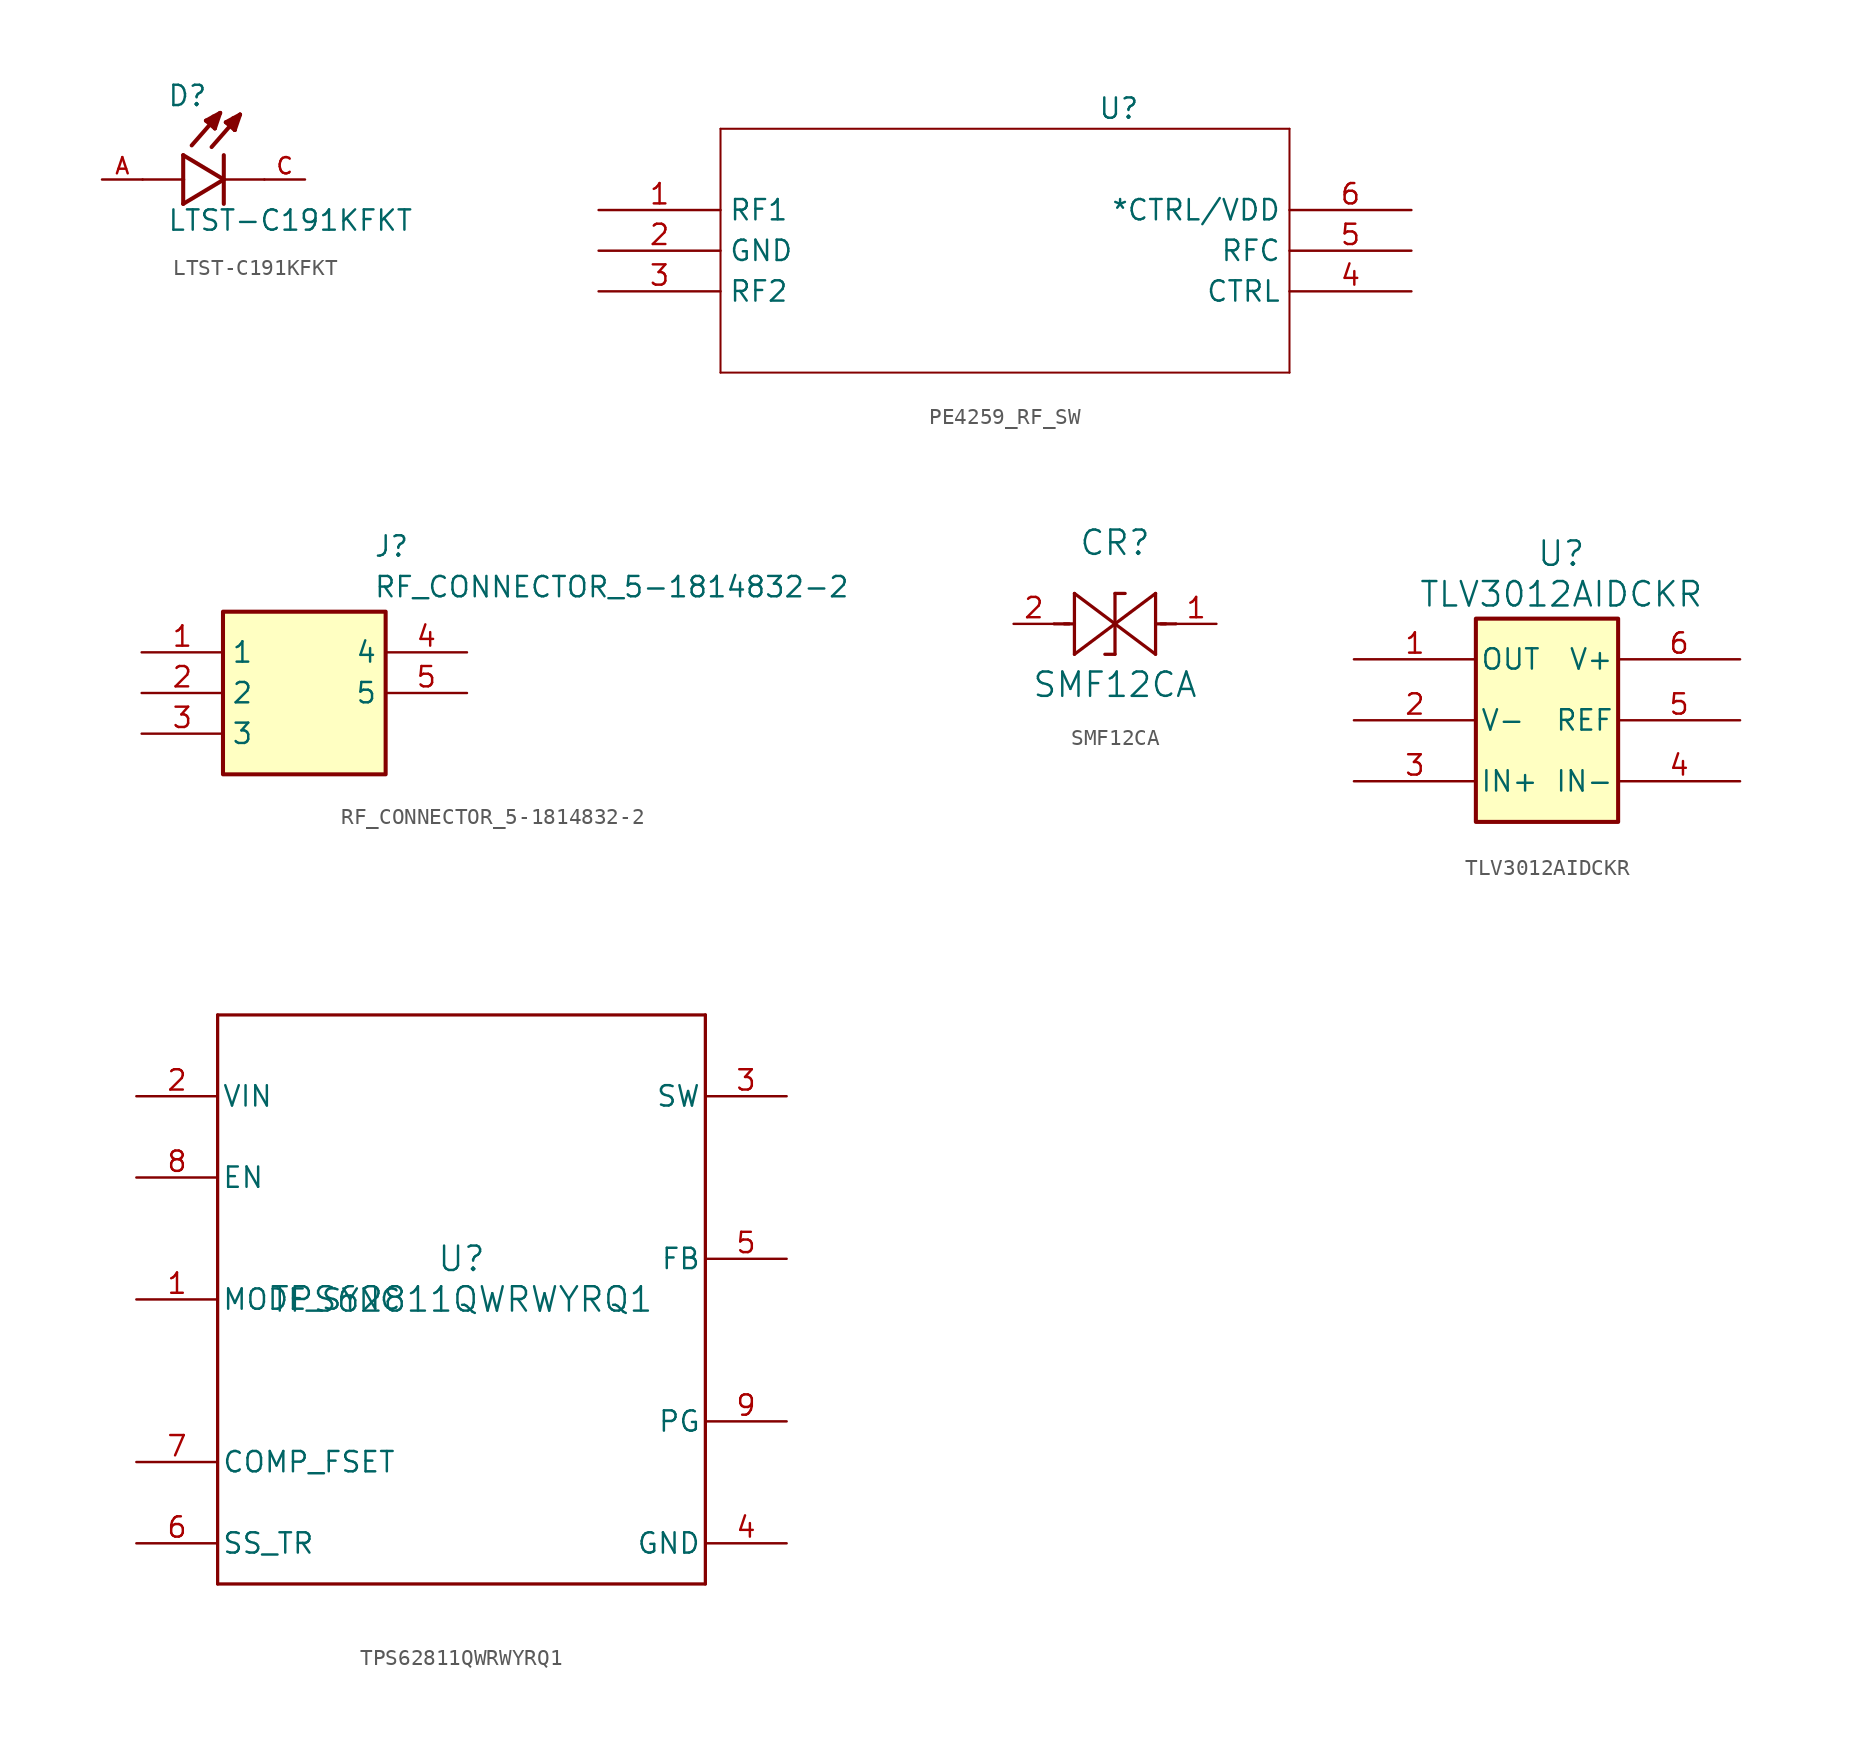
<source format=kicad_sym>
(kicad_symbol_lib
  (version 20231120)
  (generator "kicad_symbol_editor")
  (generator_version "8.0")
  (symbol "LTST-C191KFKT"
    (pin_names
      (offset 1.016))
    (property "Reference" "D"
      (at -3.556 4.496 0)
      (effects (font (size 1.27 1.27)) (justify left bottom)))
    (property "Value" "LTST-C191KFKT"
      (at -3.556 -3.302 0)
      (effects (font (size 1.27 1.27)) (justify left bottom)))
    (symbol "LTST-C191KFKT_0_0"
      (polyline (pts (xy -2.54 -1.524) (xy 0 0)) (stroke (width 0.254) (type default)) (fill (type none)))
      (polyline (pts (xy -2.54 0) (xy -5.08 0)) (stroke (width 0.152) (type default)) (fill (type none)))
      (polyline (pts (xy -2.54 0) (xy -2.54 -1.524)) (stroke (width 0.254) (type default)) (fill (type none)))
      (polyline (pts (xy -2.54 1.524) (xy -2.54 0)) (stroke (width 0.254) (type default)) (fill (type none)))
      (polyline (pts (xy -1.118 3.683) (xy -0.229 4.166)) (stroke (width 0.254) (type default)) (fill (type none)))
      (polyline (pts (xy -0.94 3.607) (xy -0.711 3.759)) (stroke (width 0.254) (type default)) (fill (type none)))
      (polyline (pts (xy -0.559 3.2) (xy -1.118 3.683)) (stroke (width 0.254) (type default)) (fill (type none)))
      (polyline (pts (xy -0.559 3.2) (xy -0.533 3.937)) (stroke (width 0.254) (type default)) (fill (type none)))
      (polyline (pts (xy -0.533 3.937) (xy -0.66 3.937)) (stroke (width 0.254) (type default)) (fill (type none)))
      (polyline (pts (xy -0.229 4.166) (xy -2.007 2.134)) (stroke (width 0.254) (type default)) (fill (type none)))
      (polyline (pts (xy -0.229 4.166) (xy -0.559 3.2)) (stroke (width 0.254) (type default)) (fill (type none)))
      (polyline (pts (xy 0 0) (xy -2.54 1.524)) (stroke (width 0.254) (type default)) (fill (type none)))
      (polyline (pts (xy 0 0) (xy 0 -1.524)) (stroke (width 0.254) (type default)) (fill (type none)))
      (polyline (pts (xy 0 1.524) (xy 0 0)) (stroke (width 0.254) (type default)) (fill (type none)))
      (polyline (pts (xy 0.127 3.581) (xy 1.016 4.064)) (stroke (width 0.254) (type default)) (fill (type none)))
      (polyline (pts (xy 0.305 3.505) (xy 0.533 3.658)) (stroke (width 0.254) (type default)) (fill (type none)))
      (polyline (pts (xy 0.686 3.099) (xy 0.127 3.581)) (stroke (width 0.254) (type default)) (fill (type none)))
      (polyline (pts (xy 0.686 3.099) (xy 0.711 3.835)) (stroke (width 0.254) (type default)) (fill (type none)))
      (polyline (pts (xy 0.711 3.835) (xy 0.584 3.835)) (stroke (width 0.254) (type default)) (fill (type none)))
      (polyline (pts (xy 1.016 4.064) (xy -0.762 2.032)) (stroke (width 0.254) (type default)) (fill (type none)))
      (polyline (pts (xy 1.016 4.064) (xy 0.686 3.099)) (stroke (width 0.254) (type default)) (fill (type none)))
      (polyline (pts (xy 2.54 0) (xy 0 0)) (stroke (width 0.152) (type default)) (fill (type none)))
      (pin passive line (at -7.62 0 0) (length 2.54) (name "~" (effects (font (size 1.016 1.016)))) (number "A" (effects (font (size 1.016 1.016)))))
      (pin passive line (at 5.08 0 180) (length 2.54) (name "~" (effects (font (size 1.016 1.016)))) (number "C" (effects (font (size 1.016 1.016)))))))
  (symbol "PE4259_RF_SW"
    (property "Reference" "U"
      (at 8.382 7.62 0)
      (effects (font (size 1.27 1.27))))
    (property "Value" ""
      (at 0 0 0)
      (effects (font (size 1.27 1.27))))
    (symbol "PE4259_RF_SW_0_1"
      (polyline (pts (xy -16.51 -8.89) (xy 19.05 -8.89)) (stroke (width 0.127) (type default)) (fill (type none)))
      (polyline (pts (xy -16.51 6.35) (xy -16.51 -8.89)) (stroke (width 0.127) (type default)) (fill (type none)))
      (polyline (pts (xy 19.05 -8.89) (xy 19.05 6.35)) (stroke (width 0.127) (type default)) (fill (type none)))
      (polyline (pts (xy 19.05 6.35) (xy -16.51 6.35)) (stroke (width 0.127) (type default)) (fill (type none)))
      (pin bidirectional line (at -24.13 1.27 0) (length 7.62) (name "RF1" (effects (font (size 1.27 1.27)))) (number "1" (effects (font (size 1.27 1.27)))))
      (pin power_out line (at -24.13 -1.27 0) (length 7.62) (name "GND" (effects (font (size 1.27 1.27)))) (number "2" (effects (font (size 1.27 1.27)))))
      (pin bidirectional line (at -24.13 -3.81 0) (length 7.62) (name "RF2" (effects (font (size 1.27 1.27)))) (number "3" (effects (font (size 1.27 1.27)))))
      (pin unspecified line (at 26.67 -3.81 180) (length 7.62) (name "CTRL" (effects (font (size 1.27 1.27)))) (number "4" (effects (font (size 1.27 1.27)))))
      (pin unspecified line (at 26.67 -1.27 180) (length 7.62) (name "RFC" (effects (font (size 1.27 1.27)))) (number "5" (effects (font (size 1.27 1.27)))))
      (pin power_in line (at 26.67 1.27 180) (length 7.62) (name "*CTRL/VDD" (effects (font (size 1.27 1.27)))) (number "6" (effects (font (size 1.27 1.27)))))))
  (symbol "RF_CONNECTOR_5-1814832-2"
    (property "Reference" "J"
      (at 4.318 9.906 0)
      (effects (font (size 1.27 1.27)) (justify left top)))
    (property "Value" "RF_CONNECTOR_5-1814832-2"
      (at 4.318 7.366 0)
      (effects (font (size 1.27 1.27)) (justify left top)))
    (symbol "RF_CONNECTOR_5-1814832-2_1_1"
      (rectangle (start -5.08 5.08) (end 5.08 -5.08) (stroke (width 0.254) (type default)) (fill (type background)))
      (pin passive line (at -10.16 2.54 0) (length 5.08) (name "1" (effects (font (size 1.27 1.27)))) (number "1" (effects (font (size 1.27 1.27)))))
      (pin passive line (at -10.16 0 0) (length 5.08) (name "2" (effects (font (size 1.27 1.27)))) (number "2" (effects (font (size 1.27 1.27)))))
      (pin passive line (at -10.16 -2.54 0) (length 5.08) (name "3" (effects (font (size 1.27 1.27)))) (number "3" (effects (font (size 1.27 1.27)))))
      (pin passive line (at 10.16 2.54 180) (length 5.08) (name "4" (effects (font (size 1.27 1.27)))) (number "4" (effects (font (size 1.27 1.27)))))
      (pin passive line (at 10.16 0 180) (length 5.08) (name "5" (effects (font (size 1.27 1.27)))) (number "5" (effects (font (size 1.27 1.27)))))))
  (symbol "SMF12CA"
    (pin_names
      (offset 0.254))
    (property "Reference" "CR"
      (at 6.35 5.08 0)
      (effects (font (size 1.524 1.524))))
    (property "Value" "SMF12CA"
      (at 6.35 -3.81 0)
      (effects (font (size 1.524 1.524))))
    (property "ki_locked" ""
      (at 0 0 0)
      (effects (font (size 1.27 1.27))))
    (symbol "SMF12CA_0_1"
      (polyline (pts (xy 2.54 0) (xy 3.48 0)) (stroke (width 0.203) (type default)) (fill (type none)))
      (polyline (pts (xy 3.175 0) (xy 3.81 0)) (stroke (width 0.203) (type default)) (fill (type none)))
      (polyline (pts (xy 3.81 -1.905) (xy 6.35 0)) (stroke (width 0.203) (type default)) (fill (type none)))
      (polyline (pts (xy 3.81 1.905) (xy 3.81 -1.905)) (stroke (width 0.203) (type default)) (fill (type none)))
      (polyline (pts (xy 6.35 -1.905) (xy 5.715 -1.905)) (stroke (width 0.203) (type default)) (fill (type none)))
      (polyline (pts (xy 6.35 0) (xy 3.81 1.905)) (stroke (width 0.203) (type default)) (fill (type none)))
      (polyline (pts (xy 6.35 0) (xy 8.89 -1.905)) (stroke (width 0.203) (type default)) (fill (type none)))
      (polyline (pts (xy 6.35 1.905) (xy 6.35 -1.905)) (stroke (width 0.203) (type default)) (fill (type none)))
      (polyline (pts (xy 6.35 1.905) (xy 6.985 1.905)) (stroke (width 0.203) (type default)) (fill (type none)))
      (polyline (pts (xy 8.89 -1.905) (xy 8.89 1.905)) (stroke (width 0.203) (type default)) (fill (type none)))
      (polyline (pts (xy 8.89 1.905) (xy 6.35 0)) (stroke (width 0.203) (type default)) (fill (type none)))
      (polyline (pts (xy 9.525 0) (xy 8.89 0)) (stroke (width 0.203) (type default)) (fill (type none)))
      (polyline (pts (xy 10.16 0) (xy 9.22 0)) (stroke (width 0.203) (type default)) (fill (type none)))
      (pin unspecified line (at 12.7 0 180) (length 2.54) (name "" (effects (font (size 1.27 1.27)))) (number "1" (effects (font (size 1.27 1.27)))))
      (pin unspecified line (at 0 0 0) (length 2.54) (name "" (effects (font (size 1.27 1.27)))) (number "2" (effects (font (size 1.27 1.27)))))))
  (symbol "TLV3012AIDCKR"
    (pin_names
      (offset 0.254))
    (property "Reference" "U"
      (at 12.954 7.874 0)
      (effects (font (size 1.524 1.524))))
    (property "Value" "TLV3012AIDCKR"
      (at 12.954 5.334 0)
      (effects (font (size 1.524 1.524))))
    (property "ki_locked" ""
      (at 0 0 0)
      (effects (font (size 1.27 1.27))))
    (symbol "TLV3012AIDCKR_0_0"
      (rectangle (start 7.62 3.81) (end 16.51 -8.89) (stroke (width 0.254) (type default)) (fill (type background))))
    (symbol "TLV3012AIDCKR_0_1"
      (polyline (pts (xy 7.62 -8.89) (xy 16.51 -8.89)) (stroke (width 0.127) (type default)) (fill (type none)))
      (polyline (pts (xy 7.62 3.81) (xy 7.62 -8.89)) (stroke (width 0.127) (type default)) (fill (type none)))
      (polyline (pts (xy 16.51 -8.89) (xy 16.51 3.81)) (stroke (width 0.127) (type default)) (fill (type none)))
      (polyline (pts (xy 16.51 3.81) (xy 7.62 3.81)) (stroke (width 0.127) (type default)) (fill (type none)))
      (pin output line (at 0 1.27 0) (length 7.62) (name "OUT" (effects (font (size 1.27 1.27)))) (number "1" (effects (font (size 1.27 1.27)))))
      (pin power_in line (at 0 -2.54 0) (length 7.62) (name "V-" (effects (font (size 1.27 1.27)))) (number "2" (effects (font (size 1.27 1.27)))))
      (pin input line (at 0 -6.35 0) (length 7.62) (name "IN+" (effects (font (size 1.27 1.27)))) (number "3" (effects (font (size 1.27 1.27)))))
      (pin input line (at 24.13 -6.35 180) (length 7.62) (name "IN-" (effects (font (size 1.27 1.27)))) (number "4" (effects (font (size 1.27 1.27)))))
      (pin power_in line (at 24.13 -2.54 180) (length 7.62) (name "REF" (effects (font (size 1.27 1.27)))) (number "5" (effects (font (size 1.27 1.27)))))
      (pin power_in line (at 24.13 1.27 180) (length 7.62) (name "V+" (effects (font (size 1.27 1.27)))) (number "6" (effects (font (size 1.27 1.27)))))))
  (symbol "TPS62811QWRWYRQ1"
    (pin_names
      (offset 0.254))
    (property "Reference" "U"
      (at 0 2.54 0)
      (effects (font (size 1.524 1.524))))
    (property "Value" "TPS62811QWRWYRQ1"
      (at 0 0 0)
      (effects (font (size 1.524 1.524))))
    (property "ki_locked" ""
      (at 0 0 0)
      (effects (font (size 1.27 1.27))))
    (symbol "TPS62811QWRWYRQ1_0_1"
      (polyline (pts (xy -15.24 -17.78) (xy 15.24 -17.78)) (stroke (width 0.203) (type default)) (fill (type none)))
      (polyline (pts (xy -15.24 17.78) (xy -15.24 -17.78)) (stroke (width 0.203) (type default)) (fill (type none)))
      (polyline (pts (xy 15.24 -17.78) (xy 15.24 17.78)) (stroke (width 0.203) (type default)) (fill (type none)))
      (polyline (pts (xy 15.24 17.78) (xy -15.24 17.78)) (stroke (width 0.203) (type default)) (fill (type none)))
      (pin input line (at -20.32 0 0) (length 5.08) (name "MODE_SYNC" (effects (font (size 1.27 1.27)))) (number "1" (effects (font (size 1.27 1.27)))))
      (pin power_in line (at -20.32 12.7 0) (length 5.08) (name "VIN" (effects (font (size 1.27 1.27)))) (number "2" (effects (font (size 1.27 1.27)))))
      (pin power_in line (at 20.32 12.7 180) (length 5.08) (name "SW" (effects (font (size 1.27 1.27)))) (number "3" (effects (font (size 1.27 1.27)))))
      (pin power_in line (at 20.32 -15.24 180) (length 5.08) (name "GND" (effects (font (size 1.27 1.27)))) (number "4" (effects (font (size 1.27 1.27)))))
      (pin input line (at 20.32 2.54 180) (length 5.08) (name "FB" (effects (font (size 1.27 1.27)))) (number "5" (effects (font (size 1.27 1.27)))))
      (pin input line (at -20.32 -15.24 0) (length 5.08) (name "SS_TR" (effects (font (size 1.27 1.27)))) (number "6" (effects (font (size 1.27 1.27)))))
      (pin input line (at -20.32 -10.16 0) (length 5.08) (name "COMP_FSET" (effects (font (size 1.27 1.27)))) (number "7" (effects (font (size 1.27 1.27)))))
      (pin input line (at -20.32 7.62 0) (length 5.08) (name "EN" (effects (font (size 1.27 1.27)))) (number "8" (effects (font (size 1.27 1.27)))))
      (pin open_collector line (at 20.32 -7.62 180) (length 5.08) (name "PG" (effects (font (size 1.27 1.27)))) (number "9" (effects (font (size 1.27 1.27))))))))
</source>
